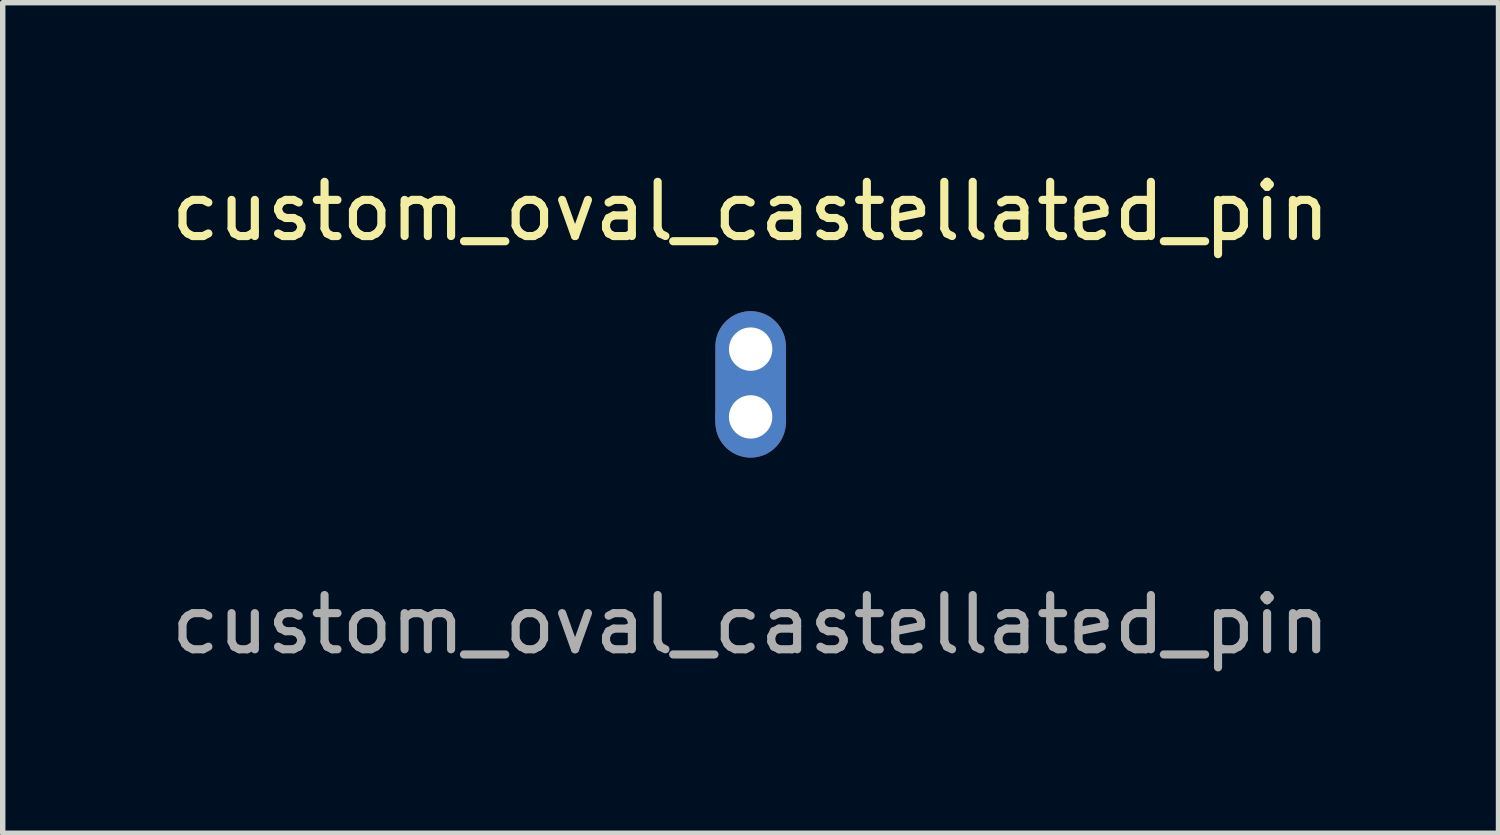
<source format=kicad_pcb>
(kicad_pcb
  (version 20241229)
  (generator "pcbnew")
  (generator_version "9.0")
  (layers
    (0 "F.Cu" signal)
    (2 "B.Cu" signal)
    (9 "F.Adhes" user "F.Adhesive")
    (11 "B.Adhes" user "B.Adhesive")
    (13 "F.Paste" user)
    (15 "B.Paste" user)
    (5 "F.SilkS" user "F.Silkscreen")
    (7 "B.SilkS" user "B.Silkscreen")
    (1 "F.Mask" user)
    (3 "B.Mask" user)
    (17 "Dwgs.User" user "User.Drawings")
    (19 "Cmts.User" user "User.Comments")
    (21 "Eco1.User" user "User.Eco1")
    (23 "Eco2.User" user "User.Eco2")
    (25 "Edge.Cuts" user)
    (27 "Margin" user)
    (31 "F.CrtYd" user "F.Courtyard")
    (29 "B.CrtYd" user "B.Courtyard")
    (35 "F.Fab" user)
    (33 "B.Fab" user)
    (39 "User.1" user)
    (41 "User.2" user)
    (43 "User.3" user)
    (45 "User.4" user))
  (footprint "custom_oval_castellated_pin"
    (layer "F.Cu")
    (at 10.792 3.388)
    (property "Reference" "custom_oval_castellated_pin" (at 0 -2.54 0) (unlocked yes) (layer "F.SilkS") (effects (font (size 1 1) (thickness 0.15))))
    (fp_text user "${REFERENCE}" (at 0 5.08 0) (unlocked yes) (layer "F.Fab") (effects (font (size 1 1) (thickness 0.15))))
    (pad "1" thru_hole oval (at 0 0 90) (size 2.7 1.3) (drill 0.8 (offset -0.65 0)) (layers "*.Cu" "*.Mask"))
    (pad "1" thru_hole circle (at 0 1.25 90) (size 1.3 1.3) (drill 0.8) (layers "*.Cu" "*.Mask")))
  (gr_rect
    (start -3 -3)
    (end 24.583 12.316)
    (stroke (width 0.1) (type default))
    (fill no)
    (layer "Edge.Cuts")))
</source>
